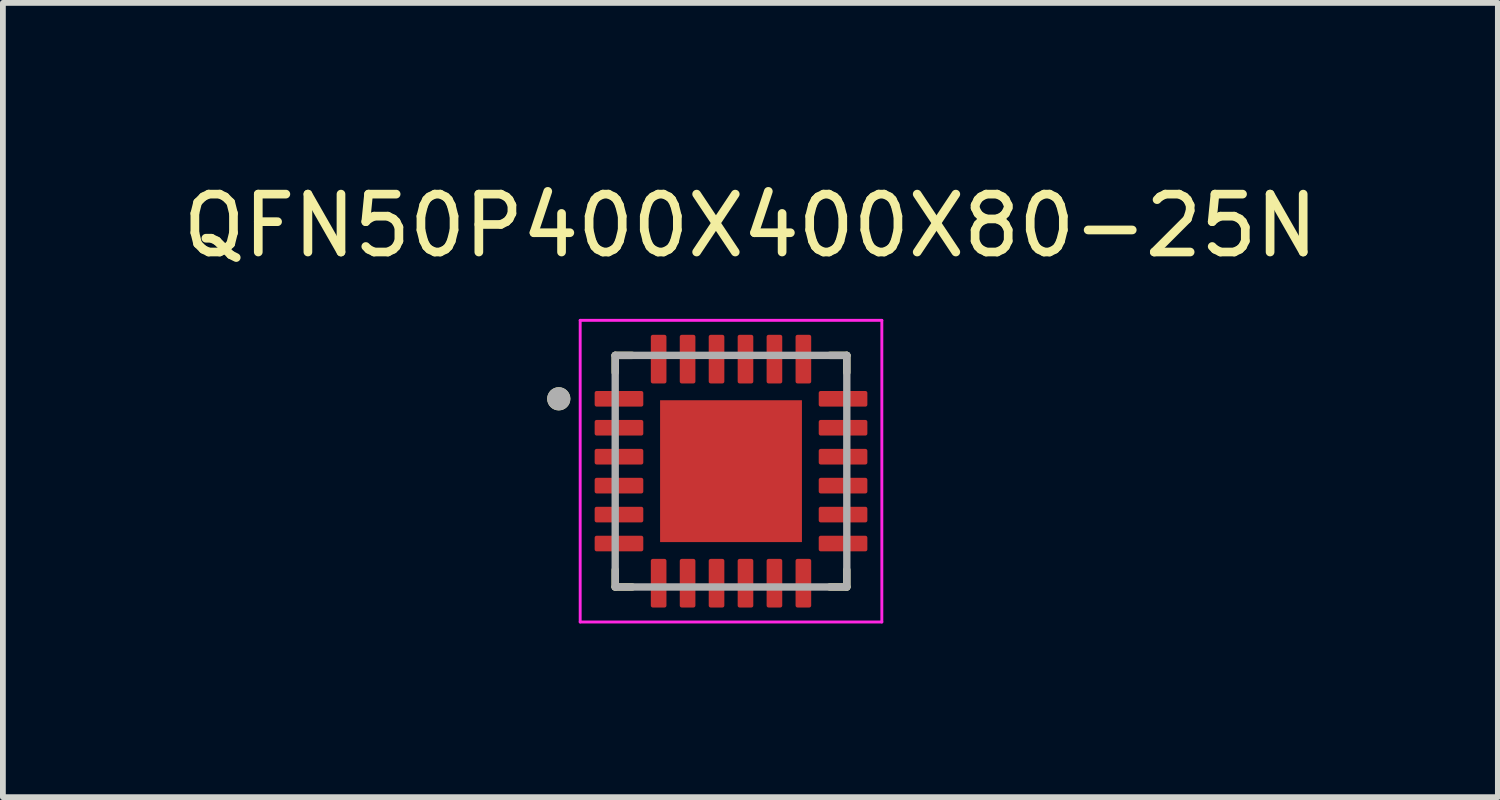
<source format=kicad_pcb>
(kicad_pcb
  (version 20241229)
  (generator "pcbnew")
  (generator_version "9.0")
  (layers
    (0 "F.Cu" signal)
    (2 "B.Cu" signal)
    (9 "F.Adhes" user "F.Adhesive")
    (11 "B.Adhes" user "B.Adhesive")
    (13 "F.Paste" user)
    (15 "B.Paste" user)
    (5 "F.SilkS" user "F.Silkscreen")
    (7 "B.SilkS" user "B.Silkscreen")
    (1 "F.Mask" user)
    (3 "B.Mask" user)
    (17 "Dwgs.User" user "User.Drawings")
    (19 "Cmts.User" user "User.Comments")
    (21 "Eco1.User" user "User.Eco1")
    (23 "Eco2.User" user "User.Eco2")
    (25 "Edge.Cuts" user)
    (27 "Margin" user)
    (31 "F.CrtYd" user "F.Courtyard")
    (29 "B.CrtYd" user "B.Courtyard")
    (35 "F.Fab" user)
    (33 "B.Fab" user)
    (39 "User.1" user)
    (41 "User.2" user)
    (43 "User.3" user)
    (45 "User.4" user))
  (footprint "QFN50P400X400X80-25N"
    (layer "F.Cu")
    (at 9.576 5.088)
    (property "Reference" "QFN50P400X400X80-25N" (at 0.335 -4.24 0) (layer "F.SilkS") (effects (font (size 1 1) (thickness 0.15))))
    (attr smd)
    (fp_line (start -2 -2) (end -2 -1.705) (stroke (width 0.127) (type solid)) (layer "F.SilkS"))
    (fp_line (start -2 -2) (end -1.705 -2) (stroke (width 0.127) (type solid)) (layer "F.SilkS"))
    (fp_line (start -2 2) (end -2 1.705) (stroke (width 0.127) (type solid)) (layer "F.SilkS"))
    (fp_line (start -2 2) (end -1.705 2) (stroke (width 0.127) (type solid)) (layer "F.SilkS"))
    (fp_line (start 2 -2) (end 1.705 -2) (stroke (width 0.127) (type solid)) (layer "F.SilkS"))
    (fp_line (start 2 -2) (end 2 -1.705) (stroke (width 0.127) (type solid)) (layer "F.SilkS"))
    (fp_line (start 2 2) (end 1.705 2) (stroke (width 0.127) (type solid)) (layer "F.SilkS"))
    (fp_line (start 2 2) (end 2 1.705) (stroke (width 0.127) (type solid)) (layer "F.SilkS"))
    (fp_circle (center -2.975 -1.25) (end -2.875 -1.25) (stroke (width 0.2) (type solid)) (fill no) (layer "F.SilkS"))
    (fp_poly (pts (xy -0.77 -0.77) (xy 0.77 -0.77) (xy 0.77 0.77) (xy -0.77 0.77)) (stroke (width 0.01) (type solid)) (fill yes) (layer "F.Paste"))
    (fp_line (start -2.605 -2.605) (end 2.605 -2.605) (stroke (width 0.05) (type solid)) (layer "F.CrtYd"))
    (fp_line (start -2.605 2.605) (end -2.605 -2.605) (stroke (width 0.05) (type solid)) (layer "F.CrtYd"))
    (fp_line (start -2.605 2.605) (end 2.605 2.605) (stroke (width 0.05) (type solid)) (layer "F.CrtYd"))
    (fp_line (start 2.605 2.605) (end 2.605 -2.605) (stroke (width 0.05) (type solid)) (layer "F.CrtYd"))
    (fp_line (start -2 2) (end -2 -2) (stroke (width 0.127) (type solid)) (layer "F.Fab"))
    (fp_line (start 2 -2) (end -2 -2) (stroke (width 0.127) (type solid)) (layer "F.Fab"))
    (fp_line (start 2 2) (end -2 2) (stroke (width 0.127) (type solid)) (layer "F.Fab"))
    (fp_line (start 2 2) (end 2 -2) (stroke (width 0.127) (type solid)) (layer "F.Fab"))
    (fp_circle (center -2.975 -1.25) (end -2.875 -1.25) (stroke (width 0.2) (type solid)) (fill no) (layer "F.Fab"))
    (pad "1" smd roundrect (at -1.935 -1.25) (size 0.84 0.27) (layers "F.Cu" "F.Mask" "F.Paste") (roundrect_rratio 0.125))
    (pad "2" smd roundrect (at -1.935 -0.75) (size 0.84 0.27) (layers "F.Cu" "F.Mask" "F.Paste") (roundrect_rratio 0.125))
    (pad "3" smd roundrect (at -1.935 -0.25) (size 0.84 0.27) (layers "F.Cu" "F.Mask" "F.Paste") (roundrect_rratio 0.125))
    (pad "4" smd roundrect (at -1.935 0.25) (size 0.84 0.27) (layers "F.Cu" "F.Mask" "F.Paste") (roundrect_rratio 0.125))
    (pad "5" smd roundrect (at -1.935 0.75) (size 0.84 0.27) (layers "F.Cu" "F.Mask" "F.Paste") (roundrect_rratio 0.125))
    (pad "6" smd roundrect (at -1.935 1.25) (size 0.84 0.27) (layers "F.Cu" "F.Mask" "F.Paste") (roundrect_rratio 0.125))
    (pad "7" smd roundrect (at -1.25 1.935) (size 0.27 0.84) (layers "F.Cu" "F.Mask" "F.Paste") (roundrect_rratio 0.125))
    (pad "8" smd roundrect (at -0.75 1.935) (size 0.27 0.84) (layers "F.Cu" "F.Mask" "F.Paste") (roundrect_rratio 0.125))
    (pad "9" smd roundrect (at -0.25 1.935) (size 0.27 0.84) (layers "F.Cu" "F.Mask" "F.Paste") (roundrect_rratio 0.125))
    (pad "10" smd roundrect (at 0.25 1.935) (size 0.27 0.84) (layers "F.Cu" "F.Mask" "F.Paste") (roundrect_rratio 0.125))
    (pad "11" smd roundrect (at 0.75 1.935) (size 0.27 0.84) (layers "F.Cu" "F.Mask" "F.Paste") (roundrect_rratio 0.125))
    (pad "12" smd roundrect (at 1.25 1.935) (size 0.27 0.84) (layers "F.Cu" "F.Mask" "F.Paste") (roundrect_rratio 0.125))
    (pad "13" smd roundrect (at 1.935 1.25) (size 0.84 0.27) (layers "F.Cu" "F.Mask" "F.Paste") (roundrect_rratio 0.125))
    (pad "14" smd roundrect (at 1.935 0.75) (size 0.84 0.27) (layers "F.Cu" "F.Mask" "F.Paste") (roundrect_rratio 0.125))
    (pad "15" smd roundrect (at 1.935 0.25) (size 0.84 0.27) (layers "F.Cu" "F.Mask" "F.Paste") (roundrect_rratio 0.125))
    (pad "16" smd roundrect (at 1.935 -0.25) (size 0.84 0.27) (layers "F.Cu" "F.Mask" "F.Paste") (roundrect_rratio 0.125))
    (pad "17" smd roundrect (at 1.935 -0.75) (size 0.84 0.27) (layers "F.Cu" "F.Mask" "F.Paste") (roundrect_rratio 0.125))
    (pad "18" smd roundrect (at 1.935 -1.25) (size 0.84 0.27) (layers "F.Cu" "F.Mask" "F.Paste") (roundrect_rratio 0.125))
    (pad "19" smd roundrect (at 1.25 -1.935) (size 0.27 0.84) (layers "F.Cu" "F.Mask" "F.Paste") (roundrect_rratio 0.125))
    (pad "20" smd roundrect (at 0.75 -1.935) (size 0.27 0.84) (layers "F.Cu" "F.Mask" "F.Paste") (roundrect_rratio 0.125))
    (pad "21" smd roundrect (at 0.25 -1.935) (size 0.27 0.84) (layers "F.Cu" "F.Mask" "F.Paste") (roundrect_rratio 0.125))
    (pad "22" smd roundrect (at -0.25 -1.935) (size 0.27 0.84) (layers "F.Cu" "F.Mask" "F.Paste") (roundrect_rratio 0.125))
    (pad "23" smd roundrect (at -0.75 -1.935) (size 0.27 0.84) (layers "F.Cu" "F.Mask" "F.Paste") (roundrect_rratio 0.125))
    (pad "24" smd roundrect (at -1.25 -1.935) (size 0.27 0.84) (layers "F.Cu" "F.Mask" "F.Paste") (roundrect_rratio 0.125))
    (pad "25" smd rect (at 0 0) (size 2.45 2.45) (layers "F.Cu" "F.Mask")))
  (gr_rect
    (start -3 -3)
    (end 22.821 10.718)
    (stroke (width 0.1) (type default))
    (fill no)
    (layer "Edge.Cuts")))
</source>
